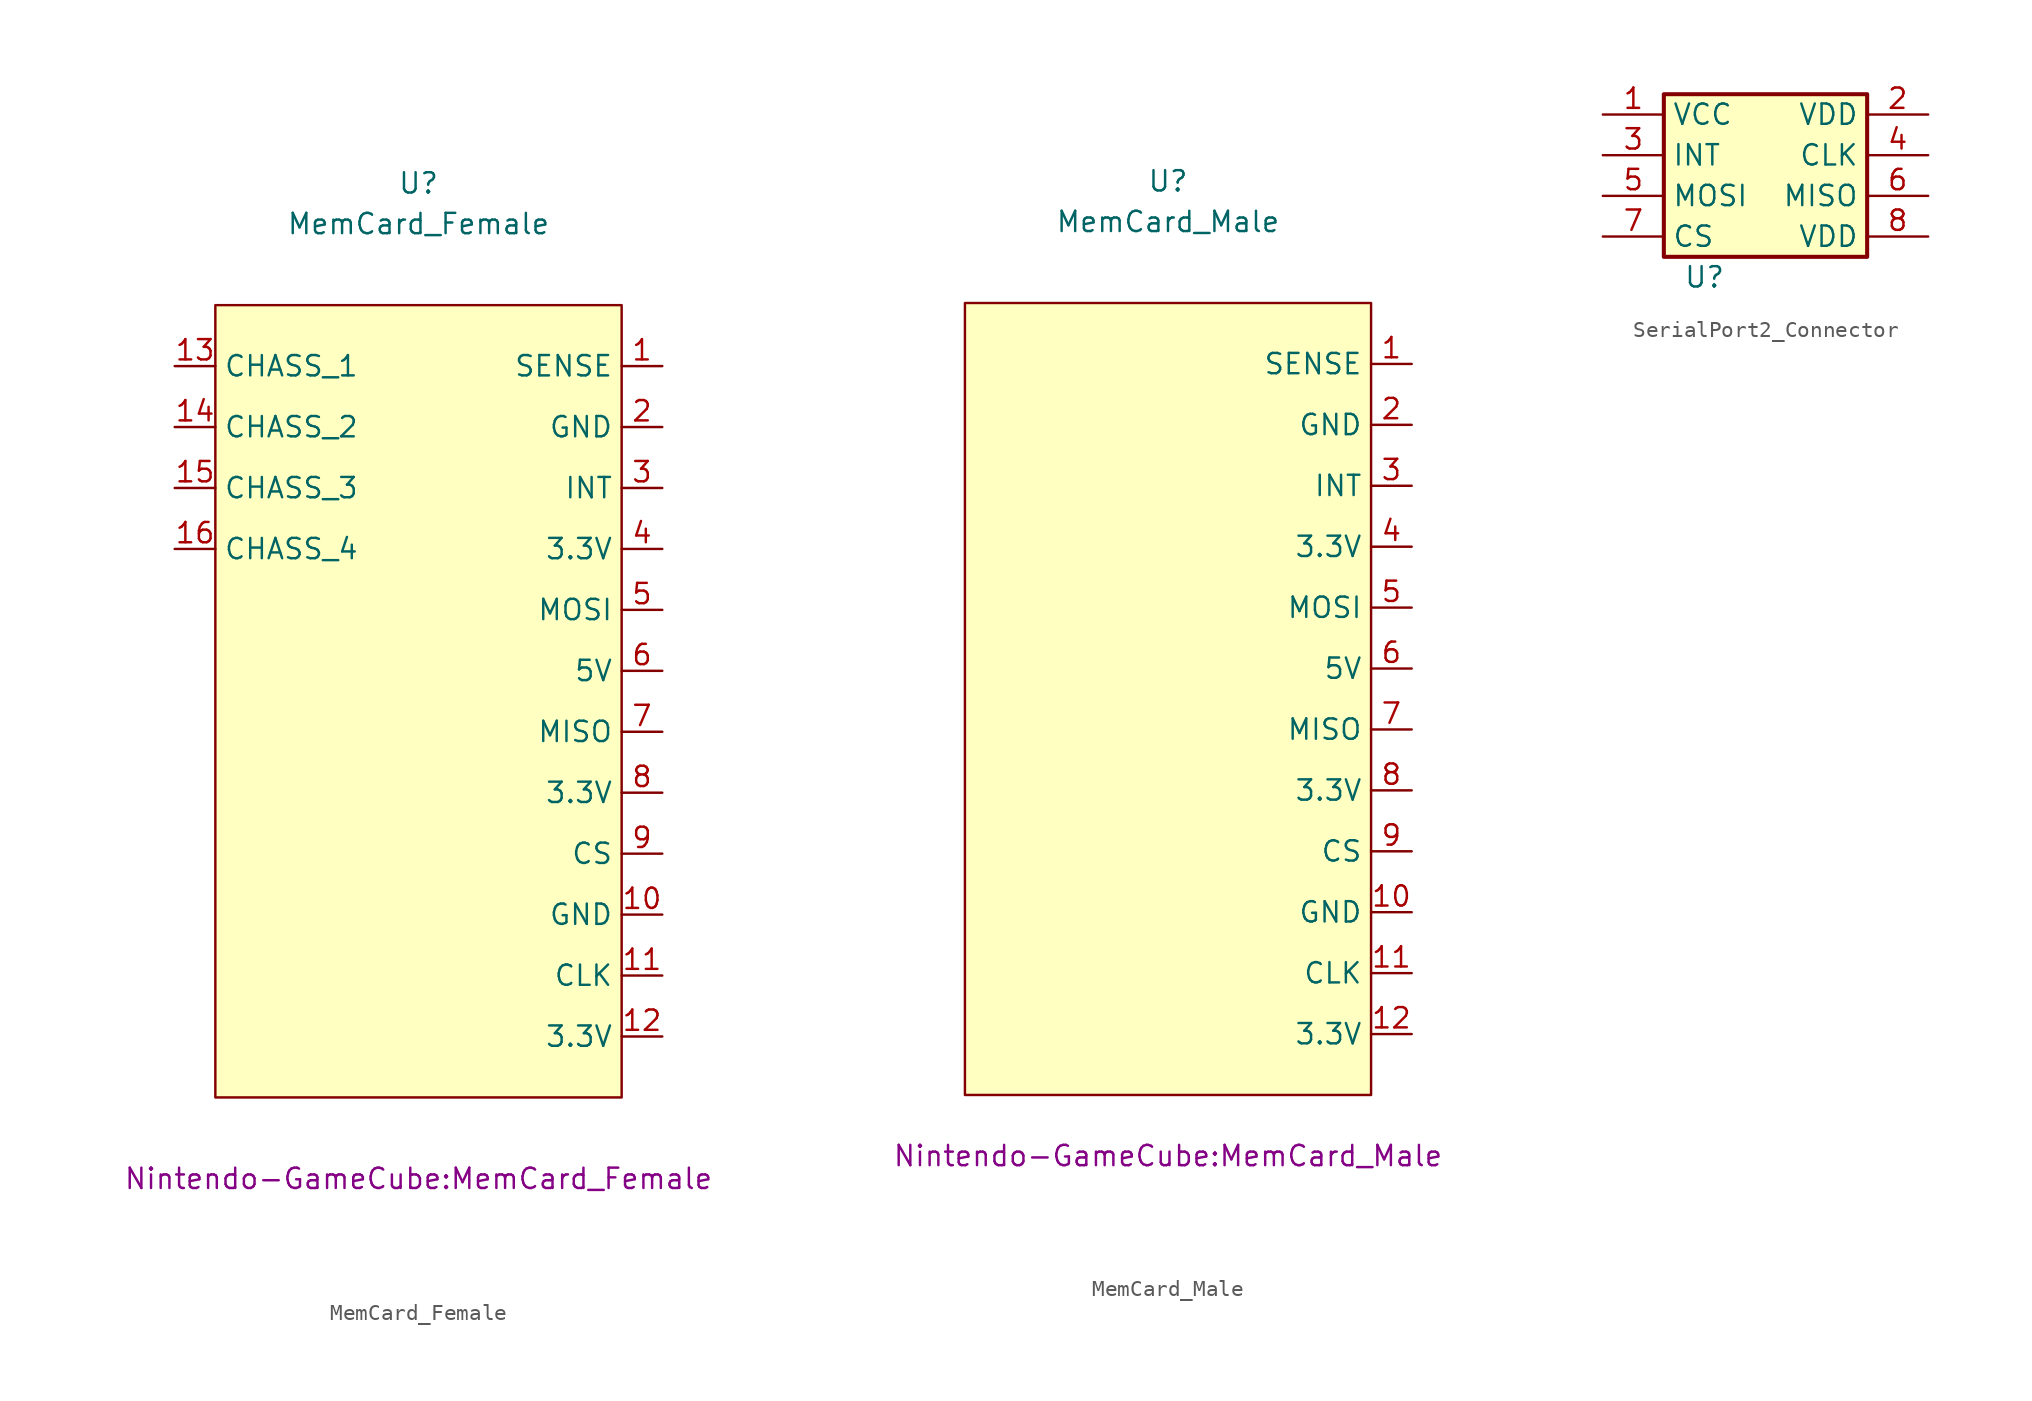
<source format=kicad_sym>
(kicad_symbol_lib
  (version 20220914)
  (generator kicad_symbol_editor)
  (symbol "MemCard_Female"
    (property "Reference" "U"
      (at 0 3.81 0)
      (effects (font (size 1.27 1.27))))
    (property "Value" "MemCard_Female"
      (at 0 1.27 0)
      (effects (font (size 1.27 1.27))))
    (property "Footprint" "Nintendo-GameCube:MemCard_Female"
      (at 0 -58.42 0)
      (effects (font (size 1.27 1.27))))
    (symbol "MemCard_Female_0_1"
      (rectangle (start -12.7 -3.81) (end 12.7 -53.34) (stroke (width 0) (type default)) (fill (type background))))
    (symbol "MemCard_Female_1_1"
      (pin input line (at 15.24 -7.62 180) (length 2.54) (name "SENSE" (effects (font (size 1.27 1.27)))) (number "1" (effects (font (size 1.27 1.27)))))
      (pin power_in line (at 15.24 -41.91 180) (length 2.54) (name "GND" (effects (font (size 1.27 1.27)))) (number "10" (effects (font (size 1.27 1.27)))))
      (pin input line (at 15.24 -45.72 180) (length 2.54) (name "CLK" (effects (font (size 1.27 1.27)))) (number "11" (effects (font (size 1.27 1.27)))))
      (pin power_in line (at 15.24 -49.53 180) (length 2.54) (name "3.3V" (effects (font (size 1.27 1.27)))) (number "12" (effects (font (size 1.27 1.27)))))
      (pin power_in line (at -15.24 -7.62 0) (length 2.54) (name "CHASS_1" (effects (font (size 1.27 1.27)))) (number "13" (effects (font (size 1.27 1.27)))))
      (pin power_in line (at -15.24 -11.43 0) (length 2.54) (name "CHASS_2" (effects (font (size 1.27 1.27)))) (number "14" (effects (font (size 1.27 1.27)))))
      (pin power_in line (at -15.24 -15.24 0) (length 2.54) (name "CHASS_3" (effects (font (size 1.27 1.27)))) (number "15" (effects (font (size 1.27 1.27)))))
      (pin power_in line (at -15.24 -19.05 0) (length 2.54) (name "CHASS_4" (effects (font (size 1.27 1.27)))) (number "16" (effects (font (size 1.27 1.27)))))
      (pin power_in line (at 15.24 -11.43 180) (length 2.54) (name "GND" (effects (font (size 1.27 1.27)))) (number "2" (effects (font (size 1.27 1.27)))))
      (pin output line (at 15.24 -15.24 180) (length 2.54) (name "INT" (effects (font (size 1.27 1.27)))) (number "3" (effects (font (size 1.27 1.27)))))
      (pin power_in line (at 15.24 -19.05 180) (length 2.54) (name "3.3V" (effects (font (size 1.27 1.27)))) (number "4" (effects (font (size 1.27 1.27)))))
      (pin input line (at 15.24 -22.86 180) (length 2.54) (name "MOSI" (effects (font (size 1.27 1.27)))) (number "5" (effects (font (size 1.27 1.27)))))
      (pin power_in line (at 15.24 -26.67 180) (length 2.54) (name "5V" (effects (font (size 1.27 1.27)))) (number "6" (effects (font (size 1.27 1.27)))))
      (pin output line (at 15.24 -30.48 180) (length 2.54) (name "MISO" (effects (font (size 1.27 1.27)))) (number "7" (effects (font (size 1.27 1.27)))))
      (pin power_in line (at 15.24 -34.29 180) (length 2.54) (name "3.3V" (effects (font (size 1.27 1.27)))) (number "8" (effects (font (size 1.27 1.27)))))
      (pin input line (at 15.24 -38.1 180) (length 2.54) (name "CS" (effects (font (size 1.27 1.27)))) (number "9" (effects (font (size 1.27 1.27)))))))
  (symbol "MemCard_Male"
    (property "Reference" "U"
      (at 0 3.81 0)
      (effects (font (size 1.27 1.27))))
    (property "Value" "MemCard_Male"
      (at 0 1.27 0)
      (effects (font (size 1.27 1.27))))
    (property "Footprint" "Nintendo-GameCube:MemCard_Male"
      (at 0 -57.15 0)
      (effects (font (size 1.27 1.27))))
    (symbol "MemCard_Male_0_1"
      (rectangle (start -12.7 -3.81) (end 12.7 -53.34) (stroke (width 0) (type default)) (fill (type background))))
    (symbol "MemCard_Male_1_1"
      (pin input line (at 15.24 -7.62 180) (length 2.54) (name "SENSE" (effects (font (size 1.27 1.27)))) (number "1" (effects (font (size 1.27 1.27)))))
      (pin power_in line (at 15.24 -41.91 180) (length 2.54) (name "GND" (effects (font (size 1.27 1.27)))) (number "10" (effects (font (size 1.27 1.27)))))
      (pin input line (at 15.24 -45.72 180) (length 2.54) (name "CLK" (effects (font (size 1.27 1.27)))) (number "11" (effects (font (size 1.27 1.27)))))
      (pin power_in line (at 15.24 -49.53 180) (length 2.54) (name "3.3V" (effects (font (size 1.27 1.27)))) (number "12" (effects (font (size 1.27 1.27)))))
      (pin power_in line (at 15.24 -11.43 180) (length 2.54) (name "GND" (effects (font (size 1.27 1.27)))) (number "2" (effects (font (size 1.27 1.27)))))
      (pin output line (at 15.24 -15.24 180) (length 2.54) (name "INT" (effects (font (size 1.27 1.27)))) (number "3" (effects (font (size 1.27 1.27)))))
      (pin power_in line (at 15.24 -19.05 180) (length 2.54) (name "3.3V" (effects (font (size 1.27 1.27)))) (number "4" (effects (font (size 1.27 1.27)))))
      (pin input line (at 15.24 -22.86 180) (length 2.54) (name "MOSI" (effects (font (size 1.27 1.27)))) (number "5" (effects (font (size 1.27 1.27)))))
      (pin power_in line (at 15.24 -26.67 180) (length 2.54) (name "5V" (effects (font (size 1.27 1.27)))) (number "6" (effects (font (size 1.27 1.27)))))
      (pin output line (at 15.24 -30.48 180) (length 2.54) (name "MISO" (effects (font (size 1.27 1.27)))) (number "7" (effects (font (size 1.27 1.27)))))
      (pin power_in line (at 15.24 -34.29 180) (length 2.54) (name "3.3V" (effects (font (size 1.27 1.27)))) (number "8" (effects (font (size 1.27 1.27)))))
      (pin input line (at 15.24 -38.1 180) (length 2.54) (name "CS" (effects (font (size 1.27 1.27)))) (number "9" (effects (font (size 1.27 1.27)))))))
  (symbol "SerialPort2_Connector"
    (property "Reference" "U"
      (at 0 0 0)
      (effects (font (size 1.27 1.27))))
    (property "Value" ""
      (at 0 0 0)
      (effects (font (size 1.27 1.27))))
    (symbol "SerialPort2_Connector_1_1"
      (rectangle (start -2.54 11.43) (end 10.16 1.27) (stroke (width 0.254) (type default)) (fill (type background)))
      (pin power_in line (at -6.35 10.16 0) (length 3.81) (name "VCC" (effects (font (size 1.27 1.27)))) (number "1" (effects (font (size 1.27 1.27)))))
      (pin power_in line (at 13.97 10.16 180) (length 3.81) (name "VDD" (effects (font (size 1.27 1.27)))) (number "2" (effects (font (size 1.27 1.27)))))
      (pin output line (at -6.35 7.62 0) (length 3.81) (name "INT" (effects (font (size 1.27 1.27)))) (number "3" (effects (font (size 1.27 1.27)))))
      (pin output line (at 13.97 7.62 180) (length 3.81) (name "CLK" (effects (font (size 1.27 1.27)))) (number "4" (effects (font (size 1.27 1.27)))))
      (pin input line (at -6.35 5.08 0) (length 3.81) (name "MOSI" (effects (font (size 1.27 1.27)))) (number "5" (effects (font (size 1.27 1.27)))))
      (pin output line (at 13.97 5.08 180) (length 3.81) (name "MISO" (effects (font (size 1.27 1.27)))) (number "6" (effects (font (size 1.27 1.27)))))
      (pin input line (at -6.35 2.54 0) (length 3.81) (name "CS" (effects (font (size 1.27 1.27)))) (number "7" (effects (font (size 1.27 1.27)))))
      (pin power_in line (at 13.97 2.54 180) (length 3.81) (name "VDD" (effects (font (size 1.27 1.27)))) (number "8" (effects (font (size 1.27 1.27))))))))
</source>
